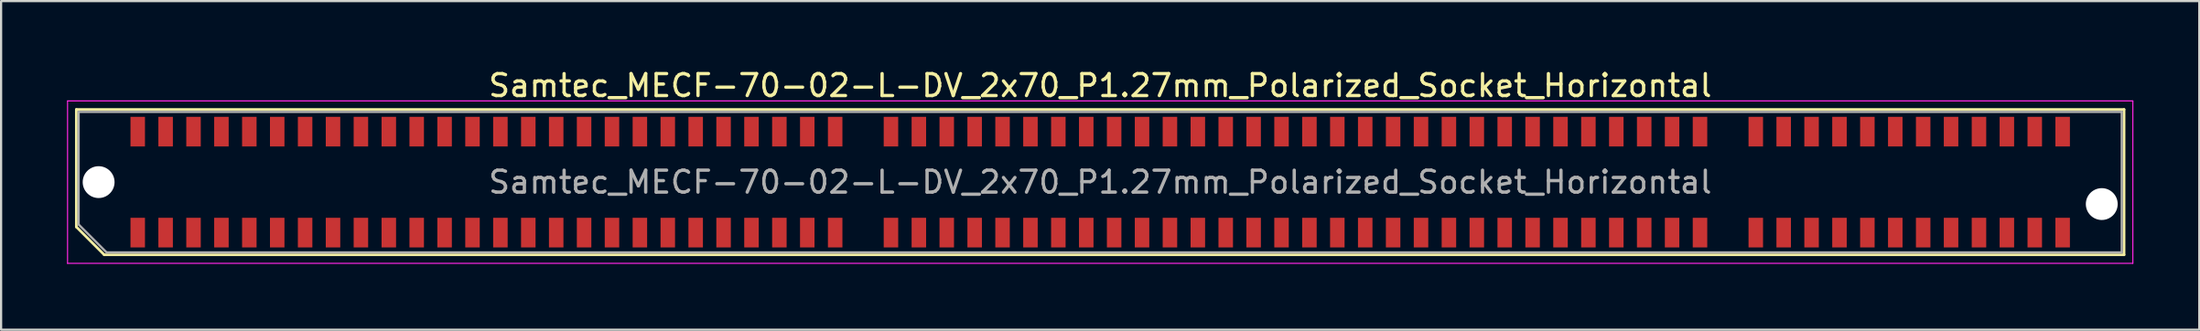
<source format=kicad_pcb>
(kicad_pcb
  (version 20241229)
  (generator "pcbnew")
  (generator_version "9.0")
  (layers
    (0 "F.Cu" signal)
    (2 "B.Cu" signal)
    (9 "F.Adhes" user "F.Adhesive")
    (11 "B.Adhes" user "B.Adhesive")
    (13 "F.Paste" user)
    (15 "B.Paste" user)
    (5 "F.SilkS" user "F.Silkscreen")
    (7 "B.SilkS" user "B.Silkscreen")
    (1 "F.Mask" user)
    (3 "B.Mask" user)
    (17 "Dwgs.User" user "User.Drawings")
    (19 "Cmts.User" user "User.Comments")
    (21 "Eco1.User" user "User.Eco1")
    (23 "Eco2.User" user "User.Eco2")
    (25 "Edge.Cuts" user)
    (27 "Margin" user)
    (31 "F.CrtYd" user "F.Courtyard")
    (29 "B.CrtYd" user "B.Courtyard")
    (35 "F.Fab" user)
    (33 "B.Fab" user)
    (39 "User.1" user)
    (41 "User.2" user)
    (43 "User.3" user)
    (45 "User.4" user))
  (footprint "Samtec_MECF-70-02-L-DV_2x70_P1.27mm_Polarized_Socket_Horizontal"
    (layer "F.Cu")
    (at 47.035 5.248)
    (property "Reference" "Samtec_MECF-70-02-L-DV_2x70_P1.27mm_Polarized_Socket_Horizontal" (at 0 -4.4 0) (layer "F.SilkS") (effects (font (size 1 1) (thickness 0.15))))
    (attr smd)
    (fp_line (start -46.61 -3.31) (end 46.61 -3.31) (stroke (width 0.12) (type solid)) (layer "F.SilkS"))
    (fp_line (start -46.61 2.04) (end -46.61 -3.31) (stroke (width 0.12) (type solid)) (layer "F.SilkS"))
    (fp_line (start -45.34 3.31) (end -46.61 2.04) (stroke (width 0.12) (type solid)) (layer "F.SilkS"))
    (fp_line (start -45.34 3.31) (end 46.61 3.31) (stroke (width 0.12) (type solid)) (layer "F.SilkS"))
    (fp_line (start 46.61 3.31) (end 46.61 -3.31) (stroke (width 0.12) (type solid)) (layer "F.SilkS"))
    (fp_line (start -47.01 -3.7) (end -47.01 3.7) (stroke (width 0.05) (type solid)) (layer "F.CrtYd"))
    (fp_line (start -47.01 3.7) (end 47.01 3.7) (stroke (width 0.05) (type solid)) (layer "F.CrtYd"))
    (fp_line (start 47.01 -3.7) (end -47.01 -3.7) (stroke (width 0.05) (type solid)) (layer "F.CrtYd"))
    (fp_line (start 47.01 3.7) (end 47.01 -3.7) (stroke (width 0.05) (type solid)) (layer "F.CrtYd"))
    (fp_line (start -46.505 -3.2) (end 46.505 -3.2) (stroke (width 0.1) (type solid)) (layer "F.Fab"))
    (fp_line (start -46.505 1.93) (end -46.505 -3.2) (stroke (width 0.1) (type solid)) (layer "F.Fab"))
    (fp_line (start -46.505 1.93) (end -45.235 3.2) (stroke (width 0.1) (type solid)) (layer "F.Fab"))
    (fp_line (start -45.235 3.2) (end 46.505 3.2) (stroke (width 0.1) (type solid)) (layer "F.Fab"))
    (fp_line (start 46.505 3.2) (end 46.505 -3.2) (stroke (width 0.1) (type solid)) (layer "F.Fab"))
    (fp_text user "${REFERENCE}" (at 0 0 0) (layer "F.Fab") (effects (font (size 1 1) (thickness 0.15))))
    (pad "" np_thru_hole circle (at -45.595 0) (size 1.45 1.45) (drill 1.45) (layers "*.Cu" "*.Mask"))
    (pad "" np_thru_hole circle (at 45.595 1) (size 1.45 1.45) (drill 1.45) (layers "*.Cu" "*.Mask"))
    (pad "1" smd rect (at -43.815 2.3) (size 0.66 1.35) (layers "F.Cu" "F.Mask" "F.Paste"))
    (pad "2" smd rect (at -43.815 -2.3) (size 0.66 1.35) (layers "F.Cu" "F.Mask" "F.Paste"))
    (pad "3" smd rect (at -42.545 2.3) (size 0.66 1.35) (layers "F.Cu" "F.Mask" "F.Paste"))
    (pad "4" smd rect (at -42.545 -2.3) (size 0.66 1.35) (layers "F.Cu" "F.Mask" "F.Paste"))
    (pad "5" smd rect (at -41.275 2.3) (size 0.66 1.35) (layers "F.Cu" "F.Mask" "F.Paste"))
    (pad "6" smd rect (at -41.275 -2.3) (size 0.66 1.35) (layers "F.Cu" "F.Mask" "F.Paste"))
    (pad "7" smd rect (at -40.005 2.3) (size 0.66 1.35) (layers "F.Cu" "F.Mask" "F.Paste"))
    (pad "8" smd rect (at -40.005 -2.3) (size 0.66 1.35) (layers "F.Cu" "F.Mask" "F.Paste"))
    (pad "9" smd rect (at -38.735 2.3) (size 0.66 1.35) (layers "F.Cu" "F.Mask" "F.Paste"))
    (pad "10" smd rect (at -38.735 -2.3) (size 0.66 1.35) (layers "F.Cu" "F.Mask" "F.Paste"))
    (pad "11" smd rect (at -37.465 2.3) (size 0.66 1.35) (layers "F.Cu" "F.Mask" "F.Paste"))
    (pad "12" smd rect (at -37.465 -2.3) (size 0.66 1.35) (layers "F.Cu" "F.Mask" "F.Paste"))
    (pad "13" smd rect (at -36.195 2.3) (size 0.66 1.35) (layers "F.Cu" "F.Mask" "F.Paste"))
    (pad "14" smd rect (at -36.195 -2.3) (size 0.66 1.35) (layers "F.Cu" "F.Mask" "F.Paste"))
    (pad "15" smd rect (at -34.925 2.3) (size 0.66 1.35) (layers "F.Cu" "F.Mask" "F.Paste"))
    (pad "16" smd rect (at -34.925 -2.3) (size 0.66 1.35) (layers "F.Cu" "F.Mask" "F.Paste"))
    (pad "17" smd rect (at -33.655 2.3) (size 0.66 1.35) (layers "F.Cu" "F.Mask" "F.Paste"))
    (pad "18" smd rect (at -33.655 -2.3) (size 0.66 1.35) (layers "F.Cu" "F.Mask" "F.Paste"))
    (pad "19" smd rect (at -32.385 2.3) (size 0.66 1.35) (layers "F.Cu" "F.Mask" "F.Paste"))
    (pad "20" smd rect (at -32.385 -2.3) (size 0.66 1.35) (layers "F.Cu" "F.Mask" "F.Paste"))
    (pad "21" smd rect (at -31.115 2.3) (size 0.66 1.35) (layers "F.Cu" "F.Mask" "F.Paste"))
    (pad "22" smd rect (at -31.115 -2.3) (size 0.66 1.35) (layers "F.Cu" "F.Mask" "F.Paste"))
    (pad "23" smd rect (at -29.845 2.3) (size 0.66 1.35) (layers "F.Cu" "F.Mask" "F.Paste"))
    (pad "24" smd rect (at -29.845 -2.3) (size 0.66 1.35) (layers "F.Cu" "F.Mask" "F.Paste"))
    (pad "25" smd rect (at -28.575 2.3) (size 0.66 1.35) (layers "F.Cu" "F.Mask" "F.Paste"))
    (pad "26" smd rect (at -28.575 -2.3) (size 0.66 1.35) (layers "F.Cu" "F.Mask" "F.Paste"))
    (pad "27" smd rect (at -27.305 2.3) (size 0.66 1.35) (layers "F.Cu" "F.Mask" "F.Paste"))
    (pad "28" smd rect (at -27.305 -2.3) (size 0.66 1.35) (layers "F.Cu" "F.Mask" "F.Paste"))
    (pad "29" smd rect (at -26.035 2.3) (size 0.66 1.35) (layers "F.Cu" "F.Mask" "F.Paste"))
    (pad "30" smd rect (at -26.035 -2.3) (size 0.66 1.35) (layers "F.Cu" "F.Mask" "F.Paste"))
    (pad "31" smd rect (at -24.765 2.3) (size 0.66 1.35) (layers "F.Cu" "F.Mask" "F.Paste"))
    (pad "32" smd rect (at -24.765 -2.3) (size 0.66 1.35) (layers "F.Cu" "F.Mask" "F.Paste"))
    (pad "33" smd rect (at -23.495 2.3) (size 0.66 1.35) (layers "F.Cu" "F.Mask" "F.Paste"))
    (pad "34" smd rect (at -23.495 -2.3) (size 0.66 1.35) (layers "F.Cu" "F.Mask" "F.Paste"))
    (pad "35" smd rect (at -22.225 2.3) (size 0.66 1.35) (layers "F.Cu" "F.Mask" "F.Paste"))
    (pad "36" smd rect (at -22.225 -2.3) (size 0.66 1.35) (layers "F.Cu" "F.Mask" "F.Paste"))
    (pad "37" smd rect (at -20.955 2.3) (size 0.66 1.35) (layers "F.Cu" "F.Mask" "F.Paste"))
    (pad "38" smd rect (at -20.955 -2.3) (size 0.66 1.35) (layers "F.Cu" "F.Mask" "F.Paste"))
    (pad "39" smd rect (at -19.685 2.3) (size 0.66 1.35) (layers "F.Cu" "F.Mask" "F.Paste"))
    (pad "40" smd rect (at -19.685 -2.3) (size 0.66 1.35) (layers "F.Cu" "F.Mask" "F.Paste"))
    (pad "41" smd rect (at -18.415 2.3) (size 0.66 1.35) (layers "F.Cu" "F.Mask" "F.Paste"))
    (pad "42" smd rect (at -18.415 -2.3) (size 0.66 1.35) (layers "F.Cu" "F.Mask" "F.Paste"))
    (pad "43" smd rect (at -17.145 2.3) (size 0.66 1.35) (layers "F.Cu" "F.Mask" "F.Paste"))
    (pad "44" smd rect (at -17.145 -2.3) (size 0.66 1.35) (layers "F.Cu" "F.Mask" "F.Paste"))
    (pad "45" smd rect (at -15.875 2.3) (size 0.66 1.35) (layers "F.Cu" "F.Mask" "F.Paste"))
    (pad "46" smd rect (at -15.875 -2.3) (size 0.66 1.35) (layers "F.Cu" "F.Mask" "F.Paste"))
    (pad "47" smd rect (at -14.605 2.3) (size 0.66 1.35) (layers "F.Cu" "F.Mask" "F.Paste"))
    (pad "48" smd rect (at -14.605 -2.3) (size 0.66 1.35) (layers "F.Cu" "F.Mask" "F.Paste"))
    (pad "49" smd rect (at -13.335 2.3) (size 0.66 1.35) (layers "F.Cu" "F.Mask" "F.Paste"))
    (pad "50" smd rect (at -13.335 -2.3) (size 0.66 1.35) (layers "F.Cu" "F.Mask" "F.Paste"))
    (pad "51" smd rect (at -12.065 2.3) (size 0.66 1.35) (layers "F.Cu" "F.Mask" "F.Paste"))
    (pad "52" smd rect (at -12.065 -2.3) (size 0.66 1.35) (layers "F.Cu" "F.Mask" "F.Paste"))
    (pad "55" smd rect (at -9.525 2.3) (size 0.66 1.35) (layers "F.Cu" "F.Mask" "F.Paste"))
    (pad "56" smd rect (at -9.525 -2.3) (size 0.66 1.35) (layers "F.Cu" "F.Mask" "F.Paste"))
    (pad "57" smd rect (at -8.255 2.3) (size 0.66 1.35) (layers "F.Cu" "F.Mask" "F.Paste"))
    (pad "58" smd rect (at -8.255 -2.3) (size 0.66 1.35) (layers "F.Cu" "F.Mask" "F.Paste"))
    (pad "59" smd rect (at -6.985 2.3) (size 0.66 1.35) (layers "F.Cu" "F.Mask" "F.Paste"))
    (pad "60" smd rect (at -6.985 -2.3) (size 0.66 1.35) (layers "F.Cu" "F.Mask" "F.Paste"))
    (pad "61" smd rect (at -5.715 2.3) (size 0.66 1.35) (layers "F.Cu" "F.Mask" "F.Paste"))
    (pad "62" smd rect (at -5.715 -2.3) (size 0.66 1.35) (layers "F.Cu" "F.Mask" "F.Paste"))
    (pad "63" smd rect (at -4.445 2.3) (size 0.66 1.35) (layers "F.Cu" "F.Mask" "F.Paste"))
    (pad "64" smd rect (at -4.445 -2.3) (size 0.66 1.35) (layers "F.Cu" "F.Mask" "F.Paste"))
    (pad "65" smd rect (at -3.175 2.3) (size 0.66 1.35) (layers "F.Cu" "F.Mask" "F.Paste"))
    (pad "66" smd rect (at -3.175 -2.3) (size 0.66 1.35) (layers "F.Cu" "F.Mask" "F.Paste"))
    (pad "67" smd rect (at -1.905 2.3) (size 0.66 1.35) (layers "F.Cu" "F.Mask" "F.Paste"))
    (pad "68" smd rect (at -1.905 -2.3) (size 0.66 1.35) (layers "F.Cu" "F.Mask" "F.Paste"))
    (pad "69" smd rect (at -0.635 2.3) (size 0.66 1.35) (layers "F.Cu" "F.Mask" "F.Paste"))
    (pad "70" smd rect (at -0.635 -2.3) (size 0.66 1.35) (layers "F.Cu" "F.Mask" "F.Paste"))
    (pad "71" smd rect (at 0.635 2.3) (size 0.66 1.35) (layers "F.Cu" "F.Mask" "F.Paste"))
    (pad "72" smd rect (at 0.635 -2.3) (size 0.66 1.35) (layers "F.Cu" "F.Mask" "F.Paste"))
    (pad "73" smd rect (at 1.905 2.3) (size 0.66 1.35) (layers "F.Cu" "F.Mask" "F.Paste"))
    (pad "74" smd rect (at 1.905 -2.3) (size 0.66 1.35) (layers "F.Cu" "F.Mask" "F.Paste"))
    (pad "75" smd rect (at 3.175 2.3) (size 0.66 1.35) (layers "F.Cu" "F.Mask" "F.Paste"))
    (pad "76" smd rect (at 3.175 -2.3) (size 0.66 1.35) (layers "F.Cu" "F.Mask" "F.Paste"))
    (pad "77" smd rect (at 4.445 2.3) (size 0.66 1.35) (layers "F.Cu" "F.Mask" "F.Paste"))
    (pad "78" smd rect (at 4.445 -2.3) (size 0.66 1.35) (layers "F.Cu" "F.Mask" "F.Paste"))
    (pad "79" smd rect (at 5.715 2.3) (size 0.66 1.35) (layers "F.Cu" "F.Mask" "F.Paste"))
    (pad "80" smd rect (at 5.715 -2.3) (size 0.66 1.35) (layers "F.Cu" "F.Mask" "F.Paste"))
    (pad "81" smd rect (at 6.985 2.3) (size 0.66 1.35) (layers "F.Cu" "F.Mask" "F.Paste"))
    (pad "82" smd rect (at 6.985 -2.3) (size 0.66 1.35) (layers "F.Cu" "F.Mask" "F.Paste"))
    (pad "83" smd rect (at 8.255 2.3) (size 0.66 1.35) (layers "F.Cu" "F.Mask" "F.Paste"))
    (pad "84" smd rect (at 8.255 -2.3) (size 0.66 1.35) (layers "F.Cu" "F.Mask" "F.Paste"))
    (pad "85" smd rect (at 9.525 2.3) (size 0.66 1.35) (layers "F.Cu" "F.Mask" "F.Paste"))
    (pad "86" smd rect (at 9.525 -2.3) (size 0.66 1.35) (layers "F.Cu" "F.Mask" "F.Paste"))
    (pad "87" smd rect (at 10.795 2.3) (size 0.66 1.35) (layers "F.Cu" "F.Mask" "F.Paste"))
    (pad "88" smd rect (at 10.795 -2.3) (size 0.66 1.35) (layers "F.Cu" "F.Mask" "F.Paste"))
    (pad "89" smd rect (at 12.065 2.3) (size 0.66 1.35) (layers "F.Cu" "F.Mask" "F.Paste"))
    (pad "90" smd rect (at 12.065 -2.3) (size 0.66 1.35) (layers "F.Cu" "F.Mask" "F.Paste"))
    (pad "91" smd rect (at 13.335 2.3) (size 0.66 1.35) (layers "F.Cu" "F.Mask" "F.Paste"))
    (pad "92" smd rect (at 13.335 -2.3) (size 0.66 1.35) (layers "F.Cu" "F.Mask" "F.Paste"))
    (pad "93" smd rect (at 14.605 2.3) (size 0.66 1.35) (layers "F.Cu" "F.Mask" "F.Paste"))
    (pad "94" smd rect (at 14.605 -2.3) (size 0.66 1.35) (layers "F.Cu" "F.Mask" "F.Paste"))
    (pad "95" smd rect (at 15.875 2.3) (size 0.66 1.35) (layers "F.Cu" "F.Mask" "F.Paste"))
    (pad "96" smd rect (at 15.875 -2.3) (size 0.66 1.35) (layers "F.Cu" "F.Mask" "F.Paste"))
    (pad "97" smd rect (at 17.145 2.3) (size 0.66 1.35) (layers "F.Cu" "F.Mask" "F.Paste"))
    (pad "98" smd rect (at 17.145 -2.3) (size 0.66 1.35) (layers "F.Cu" "F.Mask" "F.Paste"))
    (pad "99" smd rect (at 18.415 2.3) (size 0.66 1.35) (layers "F.Cu" "F.Mask" "F.Paste"))
    (pad "100" smd rect (at 18.415 -2.3) (size 0.66 1.35) (layers "F.Cu" "F.Mask" "F.Paste"))
    (pad "101" smd rect (at 19.685 2.3) (size 0.66 1.35) (layers "F.Cu" "F.Mask" "F.Paste"))
    (pad "102" smd rect (at 19.685 -2.3) (size 0.66 1.35) (layers "F.Cu" "F.Mask" "F.Paste"))
    (pad "103" smd rect (at 20.955 2.3) (size 0.66 1.35) (layers "F.Cu" "F.Mask" "F.Paste"))
    (pad "104" smd rect (at 20.955 -2.3) (size 0.66 1.35) (layers "F.Cu" "F.Mask" "F.Paste"))
    (pad "105" smd rect (at 22.225 2.3) (size 0.66 1.35) (layers "F.Cu" "F.Mask" "F.Paste"))
    (pad "106" smd rect (at 22.225 -2.3) (size 0.66 1.35) (layers "F.Cu" "F.Mask" "F.Paste"))
    (pad "107" smd rect (at 23.495 2.3) (size 0.66 1.35) (layers "F.Cu" "F.Mask" "F.Paste"))
    (pad "108" smd rect (at 23.495 -2.3) (size 0.66 1.35) (layers "F.Cu" "F.Mask" "F.Paste"))
    (pad "109" smd rect (at 24.765 2.3) (size 0.66 1.35) (layers "F.Cu" "F.Mask" "F.Paste"))
    (pad "110" smd rect (at 24.765 -2.3) (size 0.66 1.35) (layers "F.Cu" "F.Mask" "F.Paste"))
    (pad "111" smd rect (at 26.035 2.3) (size 0.66 1.35) (layers "F.Cu" "F.Mask" "F.Paste"))
    (pad "112" smd rect (at 26.035 -2.3) (size 0.66 1.35) (layers "F.Cu" "F.Mask" "F.Paste"))
    (pad "113" smd rect (at 27.305 2.3) (size 0.66 1.35) (layers "F.Cu" "F.Mask" "F.Paste"))
    (pad "114" smd rect (at 27.305 -2.3) (size 0.66 1.35) (layers "F.Cu" "F.Mask" "F.Paste"))
    (pad "117" smd rect (at 29.845 2.3) (size 0.66 1.35) (layers "F.Cu" "F.Mask" "F.Paste"))
    (pad "118" smd rect (at 29.845 -2.3) (size 0.66 1.35) (layers "F.Cu" "F.Mask" "F.Paste"))
    (pad "119" smd rect (at 31.115 2.3) (size 0.66 1.35) (layers "F.Cu" "F.Mask" "F.Paste"))
    (pad "120" smd rect (at 31.115 -2.3) (size 0.66 1.35) (layers "F.Cu" "F.Mask" "F.Paste"))
    (pad "121" smd rect (at 32.385 2.3) (size 0.66 1.35) (layers "F.Cu" "F.Mask" "F.Paste"))
    (pad "122" smd rect (at 32.385 -2.3) (size 0.66 1.35) (layers "F.Cu" "F.Mask" "F.Paste"))
    (pad "123" smd rect (at 33.655 2.3) (size 0.66 1.35) (layers "F.Cu" "F.Mask" "F.Paste"))
    (pad "124" smd rect (at 33.655 -2.3) (size 0.66 1.35) (layers "F.Cu" "F.Mask" "F.Paste"))
    (pad "125" smd rect (at 34.925 2.3) (size 0.66 1.35) (layers "F.Cu" "F.Mask" "F.Paste"))
    (pad "126" smd rect (at 34.925 -2.3) (size 0.66 1.35) (layers "F.Cu" "F.Mask" "F.Paste"))
    (pad "127" smd rect (at 36.195 2.3) (size 0.66 1.35) (layers "F.Cu" "F.Mask" "F.Paste"))
    (pad "128" smd rect (at 36.195 -2.3) (size 0.66 1.35) (layers "F.Cu" "F.Mask" "F.Paste"))
    (pad "129" smd rect (at 37.465 2.3) (size 0.66 1.35) (layers "F.Cu" "F.Mask" "F.Paste"))
    (pad "130" smd rect (at 37.465 -2.3) (size 0.66 1.35) (layers "F.Cu" "F.Mask" "F.Paste"))
    (pad "131" smd rect (at 38.735 2.3) (size 0.66 1.35) (layers "F.Cu" "F.Mask" "F.Paste"))
    (pad "132" smd rect (at 38.735 -2.3) (size 0.66 1.35) (layers "F.Cu" "F.Mask" "F.Paste"))
    (pad "133" smd rect (at 40.005 2.3) (size 0.66 1.35) (layers "F.Cu" "F.Mask" "F.Paste"))
    (pad "134" smd rect (at 40.005 -2.3) (size 0.66 1.35) (layers "F.Cu" "F.Mask" "F.Paste"))
    (pad "135" smd rect (at 41.275 2.3) (size 0.66 1.35) (layers "F.Cu" "F.Mask" "F.Paste"))
    (pad "136" smd rect (at 41.275 -2.3) (size 0.66 1.35) (layers "F.Cu" "F.Mask" "F.Paste"))
    (pad "137" smd rect (at 42.545 2.3) (size 0.66 1.35) (layers "F.Cu" "F.Mask" "F.Paste"))
    (pad "138" smd rect (at 42.545 -2.3) (size 0.66 1.35) (layers "F.Cu" "F.Mask" "F.Paste"))
    (pad "139" smd rect (at 43.815 2.3) (size 0.66 1.35) (layers "F.Cu" "F.Mask" "F.Paste"))
    (pad "140" smd rect (at 43.815 -2.3) (size 0.66 1.35) (layers "F.Cu" "F.Mask" "F.Paste")))
  (gr_rect
    (start -3 -3)
    (end 97.07 11.973)
    (stroke (width 0.1) (type default))
    (fill no)
    (layer "Edge.Cuts")))
</source>
